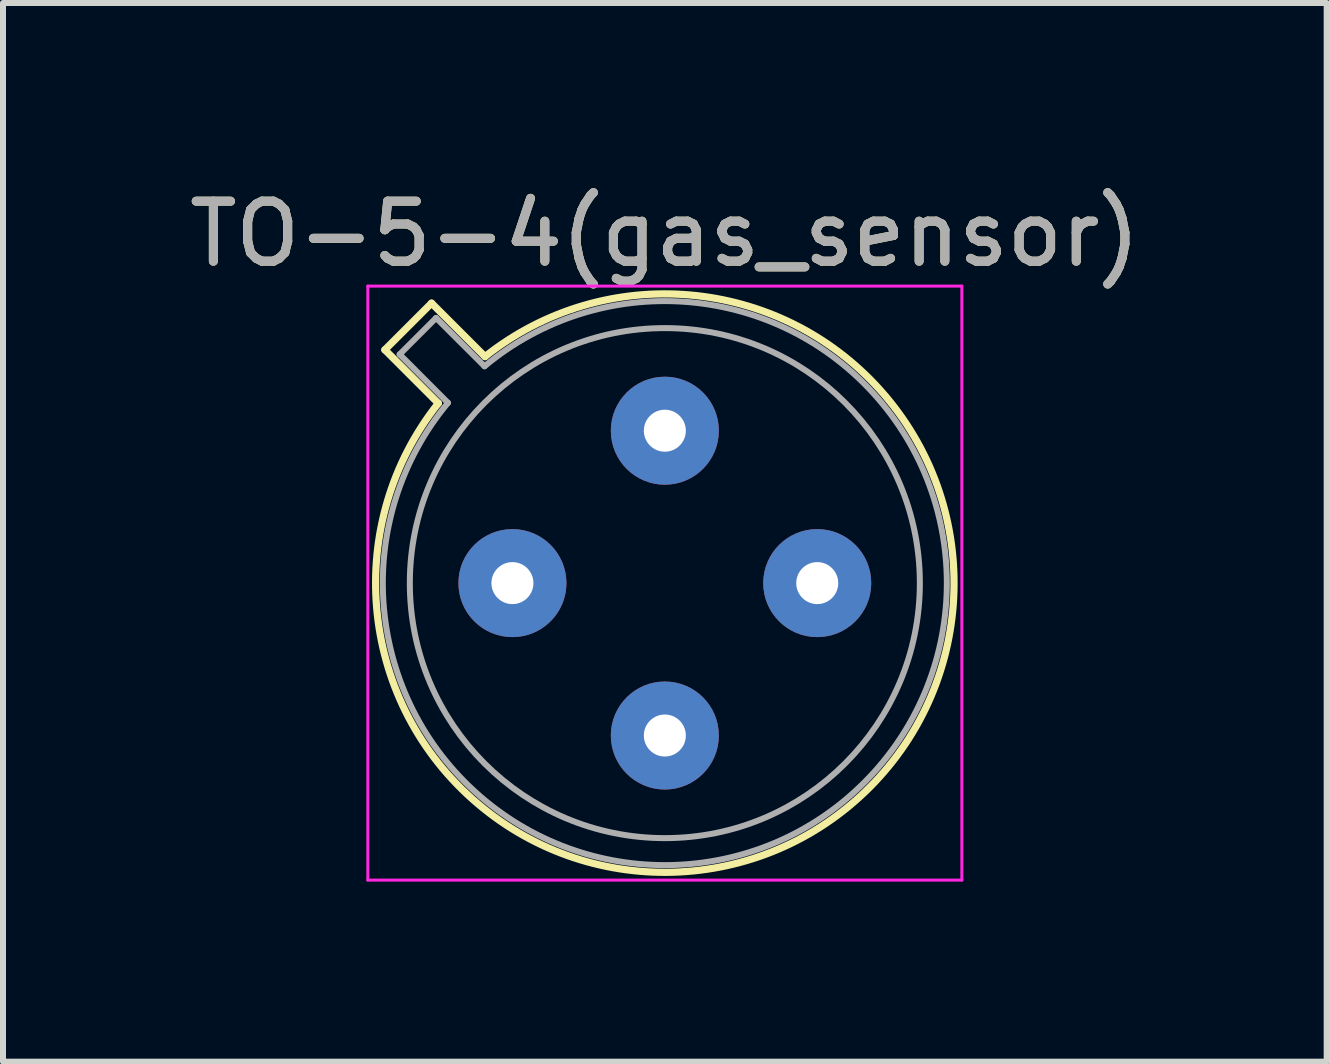
<source format=kicad_pcb>
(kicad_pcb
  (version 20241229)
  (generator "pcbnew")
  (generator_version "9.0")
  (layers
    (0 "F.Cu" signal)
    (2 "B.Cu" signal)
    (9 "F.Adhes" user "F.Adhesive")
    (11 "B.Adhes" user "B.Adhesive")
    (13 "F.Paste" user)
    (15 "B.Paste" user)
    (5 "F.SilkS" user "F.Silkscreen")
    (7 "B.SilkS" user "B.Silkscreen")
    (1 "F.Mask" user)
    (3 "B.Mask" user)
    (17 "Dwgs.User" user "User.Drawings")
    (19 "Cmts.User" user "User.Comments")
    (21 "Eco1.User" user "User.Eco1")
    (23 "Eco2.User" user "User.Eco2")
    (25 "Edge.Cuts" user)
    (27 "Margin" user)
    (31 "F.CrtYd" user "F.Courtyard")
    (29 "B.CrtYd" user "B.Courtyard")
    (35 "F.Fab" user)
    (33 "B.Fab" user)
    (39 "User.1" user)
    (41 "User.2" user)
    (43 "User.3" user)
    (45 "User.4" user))
  (footprint "TO-5-4(gas_sensor)"
    (layer "F.Cu")
    (at 5.49 6.668)
    (property "Reference" "TO-5-4(gas_sensor)" (at 2.54 -5.82 0) (layer "F.SilkS") (effects (font (size 1 1) (thickness 0.15))))
    (attr through_hole)
    (fp_line (start -2.126 -3.888) (end -1.235 -2.997) (stroke (width 0.12) (type solid)) (layer "F.SilkS"))
    (fp_line (start -1.348 -4.666) (end -2.126 -3.888) (stroke (width 0.12) (type solid)) (layer "F.SilkS"))
    (fp_line (start -0.457 -3.775) (end -1.348 -4.666) (stroke (width 0.12) (type solid)) (layer "F.SilkS"))
    (fp_arc (start -0.457084 -3.774902) (mid 5.948125 3.408384) (end -1.234674 -2.997371) (stroke (width 0.12) (type solid)) (layer "F.SilkS"))
    (fp_line (start -2.41 -4.95) (end -2.41 4.95) (stroke (width 0.05) (type solid)) (layer "F.CrtYd"))
    (fp_line (start -2.41 4.95) (end 7.49 4.95) (stroke (width 0.05) (type solid)) (layer "F.CrtYd"))
    (fp_line (start 7.49 -4.95) (end -2.41 -4.95) (stroke (width 0.05) (type solid)) (layer "F.CrtYd"))
    (fp_line (start 7.49 4.95) (end 7.49 -4.95) (stroke (width 0.05) (type solid)) (layer "F.CrtYd"))
    (fp_line (start -1.88 -3.812) (end -1.074 -3.005) (stroke (width 0.1) (type solid)) (layer "F.Fab"))
    (fp_line (start -1.272 -4.42) (end -1.88 -3.812) (stroke (width 0.1) (type solid)) (layer "F.Fab"))
    (fp_line (start -0.465 -3.614) (end -1.272 -4.42) (stroke (width 0.1) (type solid)) (layer "F.Fab"))
    (fp_arc (start -0.465408 -3.61352) (mid 5.863443 3.323361) (end -1.073594 -3.005319) (stroke (width 0.1) (type solid)) (layer "F.Fab"))
    (fp_circle (center 2.54 0) (end 6.79 0) (stroke (width 0.1) (type solid)) (fill no) (layer "F.Fab"))
    (fp_text user "${REFERENCE}" (at 2.54 -5.82 0) (layer "F.Fab") (effects (font (size 1 1) (thickness 0.15))))
    (pad "1" thru_hole oval (at 0 0) (size 1.8 1.8) (drill 0.7) (layers "*.Cu" "*.Mask"))
    (pad "2" thru_hole oval (at 2.54 2.54) (size 1.8 1.8) (drill 0.7) (layers "*.Cu" "*.Mask"))
    (pad "3" thru_hole oval (at 5.08 0) (size 1.8 1.8) (drill 0.7) (layers "*.Cu" "*.Mask"))
    (pad "4" thru_hole oval (at 2.54 -2.54) (size 1.8 1.8) (drill 0.7) (layers "*.Cu" "*.Mask")))
  (gr_rect
    (start -3 -3)
    (end 19.06 14.643)
    (stroke (width 0.1) (type default))
    (fill no)
    (layer "Edge.Cuts")))
</source>
